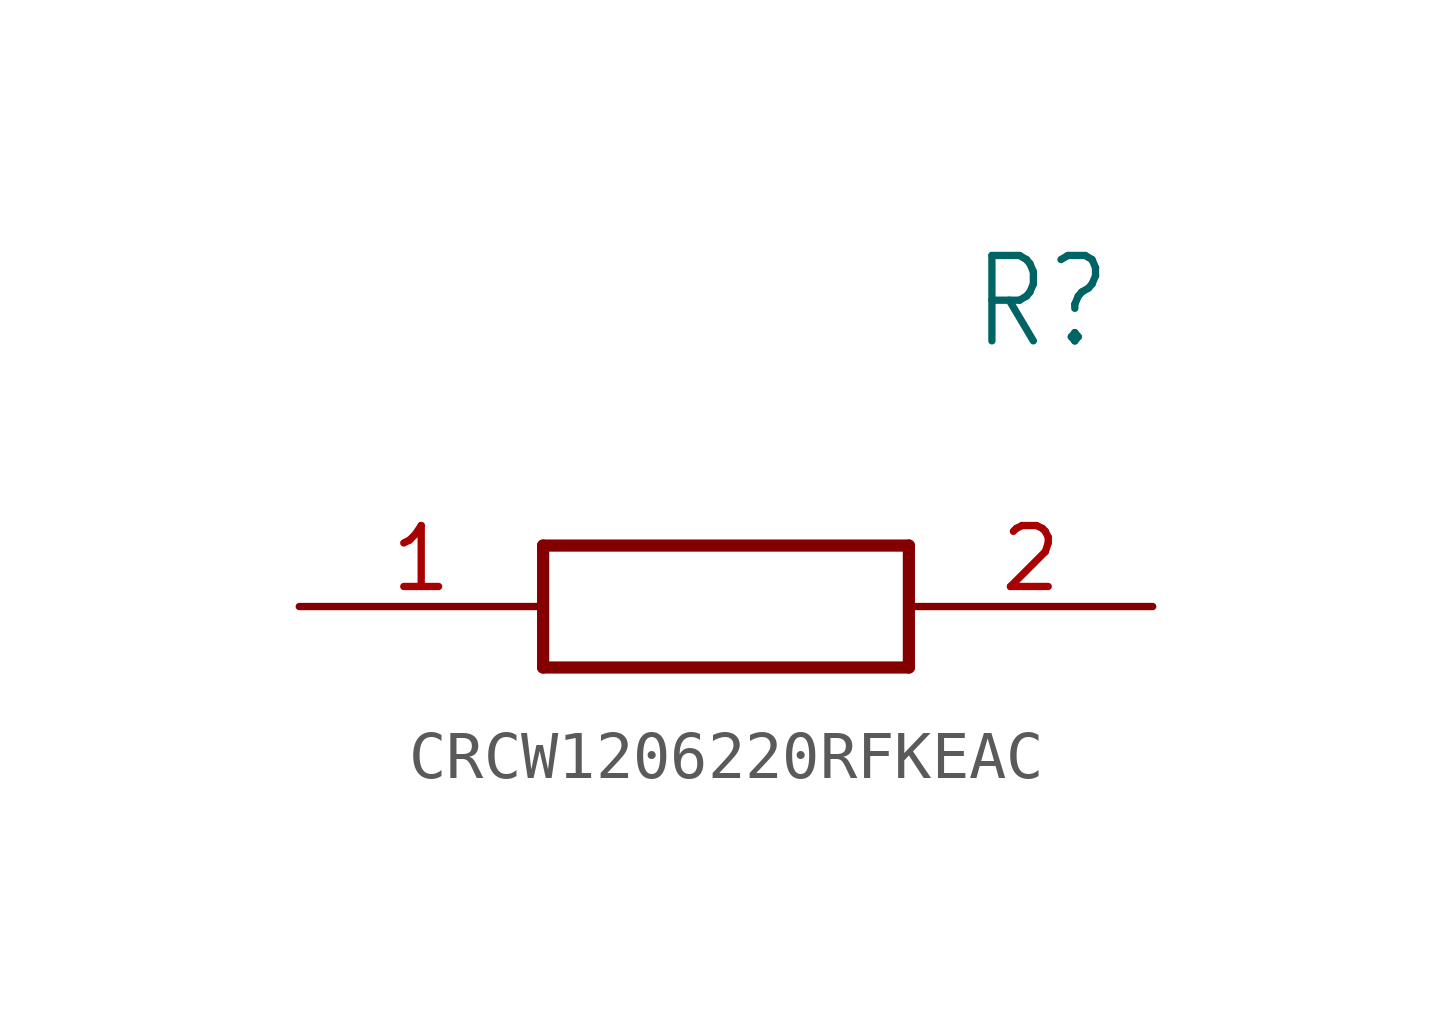
<source format=kicad_sym>
(kicad_symbol_lib
  (version 20220914)
  (generator kicad_symbol_editor)
  (symbol "CRCW1206220RFKEAC"
    (property "Reference" "R"
      (at 13.97 6.35 0)
      (effects (font (size 1.778 1.511)) (justify left)))
    (property "Value" ""
      (at 13.97 3.81 0)
      (effects (font (size 1.778 1.511)) (justify left)))
    (property "ki_locked" ""
      (at 0 0 0)
      (effects (font (size 1.27 1.27))))
    (symbol "CRCW1206220RFKEAC_1_0"
      (polyline (pts (xy 5.08 1.27) (xy 5.08 -1.27)) (stroke (width 0.254) (type solid)) (fill (type none)))
      (polyline (pts (xy 5.08 1.27) (xy 12.7 1.27)) (stroke (width 0.254) (type solid)) (fill (type none)))
      (polyline (pts (xy 12.7 -1.27) (xy 5.08 -1.27)) (stroke (width 0.254) (type solid)) (fill (type none)))
      (polyline (pts (xy 12.7 -1.27) (xy 12.7 1.27)) (stroke (width 0.254) (type solid)) (fill (type none)))
      (pin bidirectional line (at 0 0 0) (length 5.08) (name "1" (effects (font (size 0 0)))) (number "1" (effects (font (size 1.27 1.27)))))
      (pin bidirectional line (at 17.78 0 180) (length 5.08) (name "2" (effects (font (size 0 0)))) (number "2" (effects (font (size 1.27 1.27))))))))
</source>
